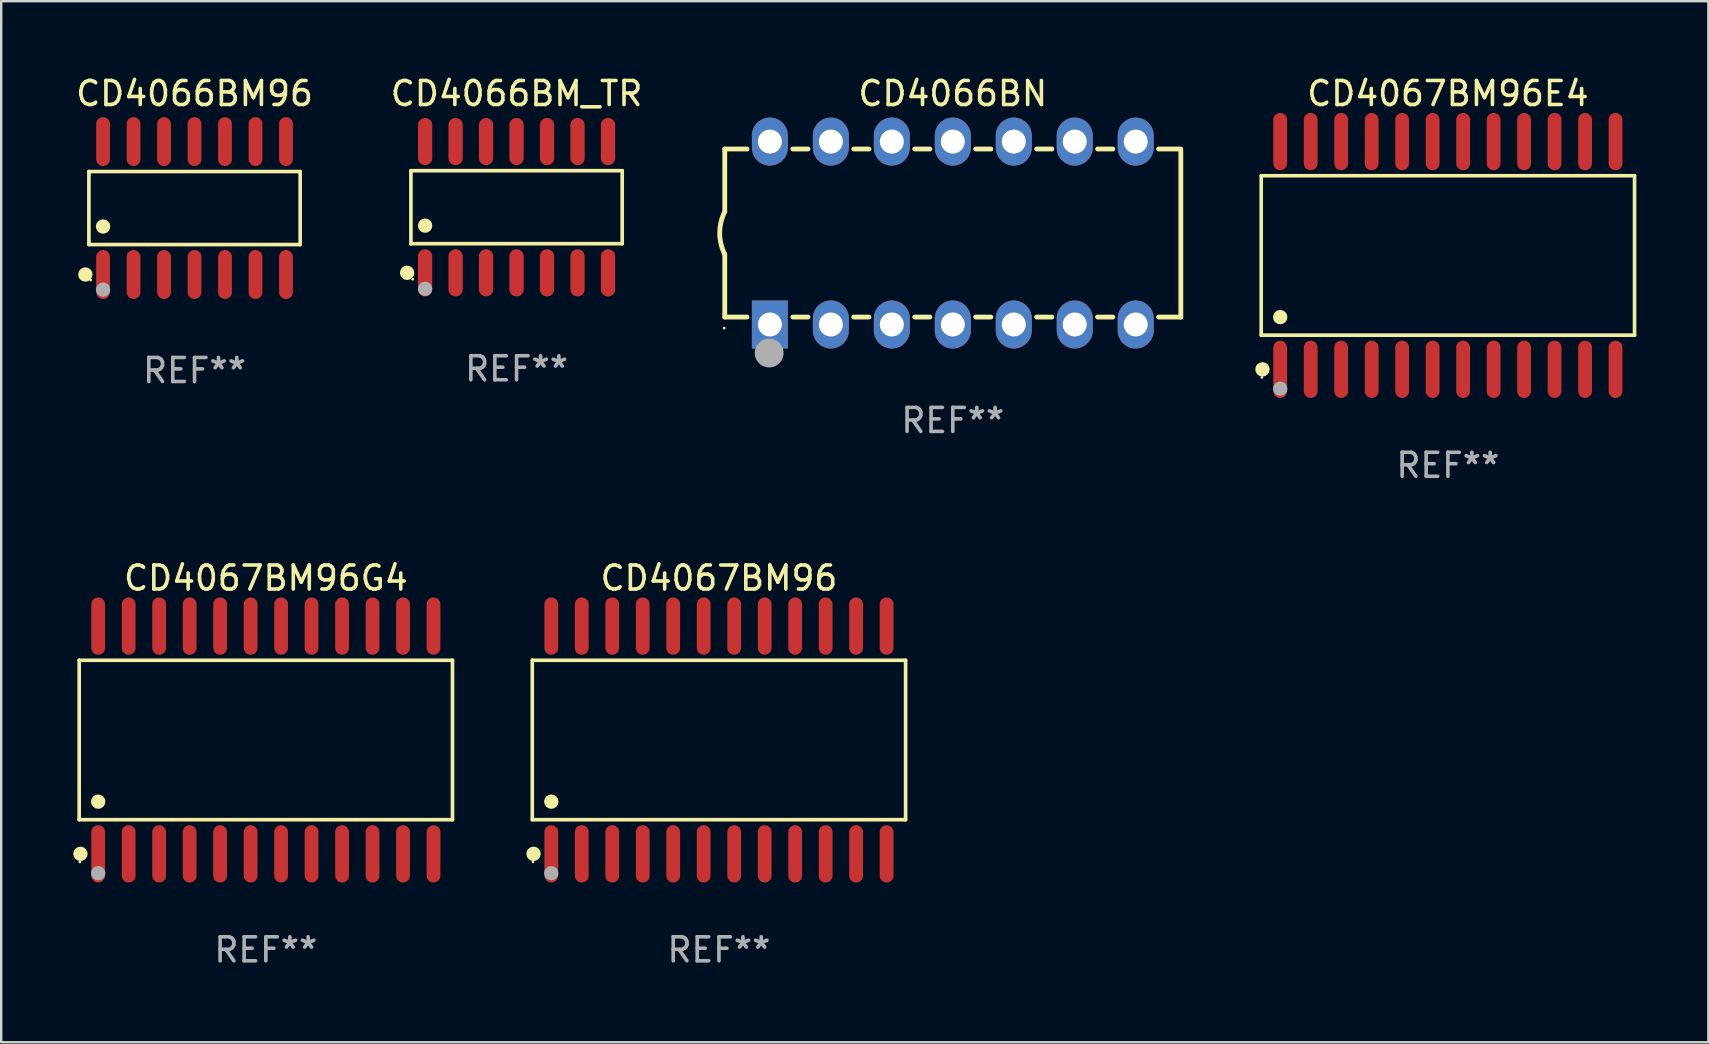
<source format=kicad_pcb>
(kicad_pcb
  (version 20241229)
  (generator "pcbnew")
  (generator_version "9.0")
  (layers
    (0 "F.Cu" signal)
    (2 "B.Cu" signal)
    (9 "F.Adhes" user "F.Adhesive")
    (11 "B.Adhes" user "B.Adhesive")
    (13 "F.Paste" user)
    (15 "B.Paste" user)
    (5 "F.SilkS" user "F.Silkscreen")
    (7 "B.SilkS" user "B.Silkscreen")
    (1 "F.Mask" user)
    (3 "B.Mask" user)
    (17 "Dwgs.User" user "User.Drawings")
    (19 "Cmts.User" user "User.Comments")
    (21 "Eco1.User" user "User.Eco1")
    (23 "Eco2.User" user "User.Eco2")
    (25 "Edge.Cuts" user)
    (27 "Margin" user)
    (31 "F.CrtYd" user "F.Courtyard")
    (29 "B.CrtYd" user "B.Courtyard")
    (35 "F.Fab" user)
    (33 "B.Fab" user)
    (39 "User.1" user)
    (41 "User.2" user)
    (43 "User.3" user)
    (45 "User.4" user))
  (footprint "CD4067BM96E4"
    (layer "F.Cu")
    (at 57.268 7.592)
    (property "Reference" "CD4067BM96E4" (at 0 -6.744 0) (layer "F.SilkS") (effects (font (size 1 1) (thickness 0.15))))
    (attr through_hole)
    (fp_line (start -7.776 -3.321) (end 7.776 -3.321) (stroke (width 0.152) (type solid)) (layer "F.SilkS"))
    (fp_line (start -7.776 3.321) (end -7.776 -3.321) (stroke (width 0.152) (type solid)) (layer "F.SilkS"))
    (fp_line (start 7.776 -3.321) (end 7.776 3.321) (stroke (width 0.152) (type solid)) (layer "F.SilkS"))
    (fp_line (start 7.776 3.321) (end -7.776 3.321) (stroke (width 0.152) (type solid)) (layer "F.SilkS"))
    (fp_circle (center -7.747 5.08) (end -7.717 5.08) (stroke (width 0.06) (type solid)) (fill no) (layer "F.SilkS"))
    (fp_circle (center -7.724 4.744) (end -7.574 4.744) (stroke (width 0.3) (type solid)) (fill no) (layer "F.SilkS"))
    (fp_circle (center -6.985 2.569) (end -6.835 2.569) (stroke (width 0.3) (type solid)) (fill no) (layer "F.SilkS"))
    (fp_circle (center -6.985 5.55) (end -6.835 5.55) (stroke (width 0.3) (type solid)) (fill no) (layer "F.Fab"))
    (fp_text user "REF**" (at 0 8.744 0) (layer "F.Fab") (effects (font (size 1 1) (thickness 0.15))))
    (pad "1" smd oval (at -6.985 4.744) (size 0.574 2.388) (layers "F.Cu" "F.Mask" "F.Paste"))
    (pad "2" smd oval (at -5.715 4.744) (size 0.574 2.388) (layers "F.Cu" "F.Mask" "F.Paste"))
    (pad "3" smd oval (at -4.445 4.744) (size 0.574 2.388) (layers "F.Cu" "F.Mask" "F.Paste"))
    (pad "4" smd oval (at -3.175 4.744) (size 0.574 2.388) (layers "F.Cu" "F.Mask" "F.Paste"))
    (pad "5" smd oval (at -1.905 4.744) (size 0.574 2.388) (layers "F.Cu" "F.Mask" "F.Paste"))
    (pad "6" smd oval (at -0.635 4.744) (size 0.574 2.388) (layers "F.Cu" "F.Mask" "F.Paste"))
    (pad "7" smd oval (at 0.635 4.744) (size 0.574 2.388) (layers "F.Cu" "F.Mask" "F.Paste"))
    (pad "8" smd oval (at 1.905 4.744) (size 0.574 2.388) (layers "F.Cu" "F.Mask" "F.Paste"))
    (pad "9" smd oval (at 3.175 4.744) (size 0.574 2.388) (layers "F.Cu" "F.Mask" "F.Paste"))
    (pad "10" smd oval (at 4.445 4.744) (size 0.574 2.388) (layers "F.Cu" "F.Mask" "F.Paste"))
    (pad "11" smd oval (at 5.715 4.744) (size 0.574 2.388) (layers "F.Cu" "F.Mask" "F.Paste"))
    (pad "12" smd oval (at 6.985 4.744) (size 0.574 2.388) (layers "F.Cu" "F.Mask" "F.Paste"))
    (pad "13" smd oval (at 6.985 -4.744) (size 0.574 2.388) (layers "F.Cu" "F.Mask" "F.Paste"))
    (pad "14" smd oval (at 5.715 -4.744) (size 0.574 2.388) (layers "F.Cu" "F.Mask" "F.Paste"))
    (pad "15" smd oval (at 4.445 -4.744) (size 0.574 2.388) (layers "F.Cu" "F.Mask" "F.Paste"))
    (pad "16" smd oval (at 3.175 -4.744) (size 0.574 2.388) (layers "F.Cu" "F.Mask" "F.Paste"))
    (pad "17" smd oval (at 1.905 -4.744) (size 0.574 2.388) (layers "F.Cu" "F.Mask" "F.Paste"))
    (pad "18" smd oval (at 0.635 -4.744) (size 0.574 2.388) (layers "F.Cu" "F.Mask" "F.Paste"))
    (pad "19" smd oval (at -0.635 -4.744) (size 0.574 2.388) (layers "F.Cu" "F.Mask" "F.Paste"))
    (pad "20" smd oval (at -1.905 -4.744) (size 0.574 2.388) (layers "F.Cu" "F.Mask" "F.Paste"))
    (pad "21" smd oval (at -3.175 -4.744) (size 0.574 2.388) (layers "F.Cu" "F.Mask" "F.Paste"))
    (pad "22" smd oval (at -4.445 -4.744) (size 0.574 2.388) (layers "F.Cu" "F.Mask" "F.Paste"))
    (pad "23" smd oval (at -5.715 -4.744) (size 0.574 2.388) (layers "F.Cu" "F.Mask" "F.Paste"))
    (pad "24" smd oval (at -6.985 -4.744) (size 0.574 2.388) (layers "F.Cu" "F.Mask" "F.Paste")))
  (footprint "CD4067BM96G4"
    (layer "F.Cu")
    (at 8.025 27.777)
    (property "Reference" "CD4067BM96G4" (at 0 -6.744 0) (layer "F.SilkS") (effects (font (size 1 1) (thickness 0.15))))
    (attr through_hole)
    (fp_line (start -7.776 -3.321) (end 7.776 -3.321) (stroke (width 0.152) (type solid)) (layer "F.SilkS"))
    (fp_line (start -7.776 3.321) (end -7.776 -3.321) (stroke (width 0.152) (type solid)) (layer "F.SilkS"))
    (fp_line (start 7.776 -3.321) (end 7.776 3.321) (stroke (width 0.152) (type solid)) (layer "F.SilkS"))
    (fp_line (start 7.776 3.321) (end -7.776 3.321) (stroke (width 0.152) (type solid)) (layer "F.SilkS"))
    (fp_circle (center -7.747 5.08) (end -7.717 5.08) (stroke (width 0.06) (type solid)) (fill no) (layer "F.SilkS"))
    (fp_circle (center -7.724 4.744) (end -7.574 4.744) (stroke (width 0.3) (type solid)) (fill no) (layer "F.SilkS"))
    (fp_circle (center -6.985 2.569) (end -6.835 2.569) (stroke (width 0.3) (type solid)) (fill no) (layer "F.SilkS"))
    (fp_circle (center -6.985 5.55) (end -6.835 5.55) (stroke (width 0.3) (type solid)) (fill no) (layer "F.Fab"))
    (fp_text user "REF**" (at 0 8.744 0) (layer "F.Fab") (effects (font (size 1 1) (thickness 0.15))))
    (pad "1" smd oval (at -6.985 4.744) (size 0.574 2.388) (layers "F.Cu" "F.Mask" "F.Paste"))
    (pad "2" smd oval (at -5.715 4.744) (size 0.574 2.388) (layers "F.Cu" "F.Mask" "F.Paste"))
    (pad "3" smd oval (at -4.445 4.744) (size 0.574 2.388) (layers "F.Cu" "F.Mask" "F.Paste"))
    (pad "4" smd oval (at -3.175 4.744) (size 0.574 2.388) (layers "F.Cu" "F.Mask" "F.Paste"))
    (pad "5" smd oval (at -1.905 4.744) (size 0.574 2.388) (layers "F.Cu" "F.Mask" "F.Paste"))
    (pad "6" smd oval (at -0.635 4.744) (size 0.574 2.388) (layers "F.Cu" "F.Mask" "F.Paste"))
    (pad "7" smd oval (at 0.635 4.744) (size 0.574 2.388) (layers "F.Cu" "F.Mask" "F.Paste"))
    (pad "8" smd oval (at 1.905 4.744) (size 0.574 2.388) (layers "F.Cu" "F.Mask" "F.Paste"))
    (pad "9" smd oval (at 3.175 4.744) (size 0.574 2.388) (layers "F.Cu" "F.Mask" "F.Paste"))
    (pad "10" smd oval (at 4.445 4.744) (size 0.574 2.388) (layers "F.Cu" "F.Mask" "F.Paste"))
    (pad "11" smd oval (at 5.715 4.744) (size 0.574 2.388) (layers "F.Cu" "F.Mask" "F.Paste"))
    (pad "12" smd oval (at 6.985 4.744) (size 0.574 2.388) (layers "F.Cu" "F.Mask" "F.Paste"))
    (pad "13" smd oval (at 6.985 -4.744) (size 0.574 2.388) (layers "F.Cu" "F.Mask" "F.Paste"))
    (pad "14" smd oval (at 5.715 -4.744) (size 0.574 2.388) (layers "F.Cu" "F.Mask" "F.Paste"))
    (pad "15" smd oval (at 4.445 -4.744) (size 0.574 2.388) (layers "F.Cu" "F.Mask" "F.Paste"))
    (pad "16" smd oval (at 3.175 -4.744) (size 0.574 2.388) (layers "F.Cu" "F.Mask" "F.Paste"))
    (pad "17" smd oval (at 1.905 -4.744) (size 0.574 2.388) (layers "F.Cu" "F.Mask" "F.Paste"))
    (pad "18" smd oval (at 0.635 -4.744) (size 0.574 2.388) (layers "F.Cu" "F.Mask" "F.Paste"))
    (pad "19" smd oval (at -0.635 -4.744) (size 0.574 2.388) (layers "F.Cu" "F.Mask" "F.Paste"))
    (pad "20" smd oval (at -1.905 -4.744) (size 0.574 2.388) (layers "F.Cu" "F.Mask" "F.Paste"))
    (pad "21" smd oval (at -3.175 -4.744) (size 0.574 2.388) (layers "F.Cu" "F.Mask" "F.Paste"))
    (pad "22" smd oval (at -4.445 -4.744) (size 0.574 2.388) (layers "F.Cu" "F.Mask" "F.Paste"))
    (pad "23" smd oval (at -5.715 -4.744) (size 0.574 2.388) (layers "F.Cu" "F.Mask" "F.Paste"))
    (pad "24" smd oval (at -6.985 -4.744) (size 0.574 2.388) (layers "F.Cu" "F.Mask" "F.Paste")))
  (footprint "CD4066BM_TR"
    (layer "F.Cu")
    (at 18.47 5.582)
    (property "Reference" "CD4066BM_TR" (at 0 -4.734 0) (layer "F.SilkS") (effects (font (size 1 1) (thickness 0.15))))
    (attr through_hole)
    (fp_line (start -4.401 -1.521) (end 4.401 -1.521) (stroke (width 0.152) (type solid)) (layer "F.SilkS"))
    (fp_line (start -4.401 1.521) (end -4.401 -1.521) (stroke (width 0.152) (type solid)) (layer "F.SilkS"))
    (fp_line (start 4.401 -1.521) (end 4.401 1.521) (stroke (width 0.152) (type solid)) (layer "F.SilkS"))
    (fp_line (start 4.401 1.521) (end -4.401 1.521) (stroke (width 0.152) (type solid)) (layer "F.SilkS"))
    (fp_circle (center -4.56 2.734) (end -4.41 2.734) (stroke (width 0.3) (type solid)) (fill no) (layer "F.SilkS"))
    (fp_circle (center -4.325 3) (end -4.295 3) (stroke (width 0.06) (type solid)) (fill no) (layer "F.SilkS"))
    (fp_circle (center -3.81 0.769) (end -3.66 0.769) (stroke (width 0.3) (type solid)) (fill no) (layer "F.SilkS"))
    (fp_circle (center -3.81 3.4) (end -3.66 3.4) (stroke (width 0.3) (type solid)) (fill no) (layer "F.Fab"))
    (fp_text user "REF**" (at 0 6.734 0) (layer "F.Fab") (effects (font (size 1 1) (thickness 0.15))))
    (pad "1" smd oval (at -3.81 2.734) (size 0.595 1.968) (layers "F.Cu" "F.Mask" "F.Paste"))
    (pad "2" smd oval (at -2.54 2.734) (size 0.595 1.968) (layers "F.Cu" "F.Mask" "F.Paste"))
    (pad "3" smd oval (at -1.27 2.734) (size 0.595 1.968) (layers "F.Cu" "F.Mask" "F.Paste"))
    (pad "4" smd oval (at 0 2.734) (size 0.595 1.968) (layers "F.Cu" "F.Mask" "F.Paste"))
    (pad "5" smd oval (at 1.27 2.734) (size 0.595 1.968) (layers "F.Cu" "F.Mask" "F.Paste"))
    (pad "6" smd oval (at 2.54 2.734) (size 0.595 1.968) (layers "F.Cu" "F.Mask" "F.Paste"))
    (pad "7" smd oval (at 3.81 2.734) (size 0.595 1.968) (layers "F.Cu" "F.Mask" "F.Paste"))
    (pad "8" smd oval (at 3.81 -2.734) (size 0.595 1.968) (layers "F.Cu" "F.Mask" "F.Paste"))
    (pad "9" smd oval (at 2.54 -2.734) (size 0.595 1.968) (layers "F.Cu" "F.Mask" "F.Paste"))
    (pad "10" smd oval (at 1.27 -2.734) (size 0.595 1.968) (layers "F.Cu" "F.Mask" "F.Paste"))
    (pad "11" smd oval (at 0 -2.734) (size 0.595 1.968) (layers "F.Cu" "F.Mask" "F.Paste"))
    (pad "12" smd oval (at -1.27 -2.734) (size 0.595 1.968) (layers "F.Cu" "F.Mask" "F.Paste"))
    (pad "13" smd oval (at -2.54 -2.734) (size 0.595 1.968) (layers "F.Cu" "F.Mask" "F.Paste"))
    (pad "14" smd oval (at -3.81 -2.734) (size 0.595 1.968) (layers "F.Cu" "F.Mask" "F.Paste")))
  (footprint "CD4066BM96"
    (layer "F.Cu")
    (at 5.054 5.617)
    (property "Reference" "CD4066BM96" (at 0 -4.769 0) (layer "F.SilkS") (effects (font (size 1 1) (thickness 0.15))))
    (attr through_hole)
    (fp_line (start -4.401 -1.521) (end 4.401 -1.521) (stroke (width 0.152) (type solid)) (layer "F.SilkS"))
    (fp_line (start -4.401 1.521) (end -4.401 -1.521) (stroke (width 0.152) (type solid)) (layer "F.SilkS"))
    (fp_line (start 4.401 -1.521) (end 4.401 1.521) (stroke (width 0.152) (type solid)) (layer "F.SilkS"))
    (fp_line (start 4.401 1.521) (end -4.401 1.521) (stroke (width 0.152) (type solid)) (layer "F.SilkS"))
    (fp_circle (center -4.549 2.769) (end -4.399 2.769) (stroke (width 0.3) (type solid)) (fill no) (layer "F.SilkS"))
    (fp_circle (center -4.325 3) (end -4.295 3) (stroke (width 0.06) (type solid)) (fill no) (layer "F.SilkS"))
    (fp_circle (center -3.81 0.769) (end -3.66 0.769) (stroke (width 0.3) (type solid)) (fill no) (layer "F.SilkS"))
    (fp_circle (center -3.81 3.4) (end -3.66 3.4) (stroke (width 0.3) (type solid)) (fill no) (layer "F.Fab"))
    (fp_text user "REF**" (at 0 6.769 0) (layer "F.Fab") (effects (font (size 1 1) (thickness 0.15))))
    (pad "1" smd oval (at -3.81 2.769) (size 0.574 2.038) (layers "F.Cu" "F.Mask" "F.Paste"))
    (pad "2" smd oval (at -2.54 2.769) (size 0.574 2.038) (layers "F.Cu" "F.Mask" "F.Paste"))
    (pad "3" smd oval (at -1.27 2.769) (size 0.574 2.038) (layers "F.Cu" "F.Mask" "F.Paste"))
    (pad "4" smd oval (at 0 2.769) (size 0.574 2.038) (layers "F.Cu" "F.Mask" "F.Paste"))
    (pad "5" smd oval (at 1.27 2.769) (size 0.574 2.038) (layers "F.Cu" "F.Mask" "F.Paste"))
    (pad "6" smd oval (at 2.54 2.769) (size 0.574 2.038) (layers "F.Cu" "F.Mask" "F.Paste"))
    (pad "7" smd oval (at 3.81 2.769) (size 0.574 2.038) (layers "F.Cu" "F.Mask" "F.Paste"))
    (pad "8" smd oval (at 3.81 -2.769) (size 0.574 2.038) (layers "F.Cu" "F.Mask" "F.Paste"))
    (pad "9" smd oval (at 2.54 -2.769) (size 0.574 2.038) (layers "F.Cu" "F.Mask" "F.Paste"))
    (pad "10" smd oval (at 1.27 -2.769) (size 0.574 2.038) (layers "F.Cu" "F.Mask" "F.Paste"))
    (pad "11" smd oval (at 0 -2.769) (size 0.574 2.038) (layers "F.Cu" "F.Mask" "F.Paste"))
    (pad "12" smd oval (at -1.27 -2.769) (size 0.574 2.038) (layers "F.Cu" "F.Mask" "F.Paste"))
    (pad "13" smd oval (at -2.54 -2.769) (size 0.574 2.038) (layers "F.Cu" "F.Mask" "F.Paste"))
    (pad "14" smd oval (at -3.81 -2.769) (size 0.574 2.038) (layers "F.Cu" "F.Mask" "F.Paste")))
  (footprint "CD4066BN"
    (layer "F.Cu")
    (at 36.643 6.658)
    (property "Reference" "CD4066BN" (at 0 -5.81 0) (layer "F.SilkS") (effects (font (size 1 1) (thickness 0.15))))
    (attr through_hole)
    (fp_line (start -9.5 -3.5) (end -9.5 -0.889) (stroke (width 0.2) (type solid)) (layer "F.SilkS"))
    (fp_line (start -9.5 -3.5) (end -8.572 -3.5) (stroke (width 0.2) (type solid)) (layer "F.SilkS"))
    (fp_line (start -9.5 3.5) (end -9.5 0.889) (stroke (width 0.2) (type solid)) (layer "F.SilkS"))
    (fp_line (start -9.5 3.5) (end -8.574 3.5) (stroke (width 0.2) (type solid)) (layer "F.SilkS"))
    (fp_line (start -6.668 -3.5) (end -6.032 -3.5) (stroke (width 0.2) (type solid)) (layer "F.SilkS"))
    (fp_line (start -6.666 3.5) (end -6.032 3.5) (stroke (width 0.2) (type solid)) (layer "F.SilkS"))
    (fp_line (start -4.128 -3.5) (end -3.492 -3.5) (stroke (width 0.2) (type solid)) (layer "F.SilkS"))
    (fp_line (start -4.128 3.5) (end -3.492 3.5) (stroke (width 0.2) (type solid)) (layer "F.SilkS"))
    (fp_line (start -1.588 -3.5) (end -0.952 -3.5) (stroke (width 0.2) (type solid)) (layer "F.SilkS"))
    (fp_line (start -1.588 3.5) (end -0.952 3.5) (stroke (width 0.2) (type solid)) (layer "F.SilkS"))
    (fp_line (start 0.952 -3.5) (end 1.588 -3.5) (stroke (width 0.2) (type solid)) (layer "F.SilkS"))
    (fp_line (start 0.952 3.5) (end 1.588 3.5) (stroke (width 0.2) (type solid)) (layer "F.SilkS"))
    (fp_line (start 3.492 -3.5) (end 4.128 -3.5) (stroke (width 0.2) (type solid)) (layer "F.SilkS"))
    (fp_line (start 3.492 3.5) (end 4.128 3.5) (stroke (width 0.2) (type solid)) (layer "F.SilkS"))
    (fp_line (start 6.032 -3.5) (end 6.668 -3.5) (stroke (width 0.2) (type solid)) (layer "F.SilkS"))
    (fp_line (start 6.032 3.5) (end 6.668 3.5) (stroke (width 0.2) (type solid)) (layer "F.SilkS"))
    (fp_line (start 8.572 -3.5) (end 9.5 -3.5) (stroke (width 0.2) (type solid)) (layer "F.SilkS"))
    (fp_line (start 8.572 3.5) (end 9.5 3.5) (stroke (width 0.2) (type solid)) (layer "F.SilkS"))
    (fp_line (start 9.5 3.5) (end 9.5 -3.429) (stroke (width 0.2) (type solid)) (layer "F.SilkS"))
    (fp_arc (start -9.499619 0.889001) (mid -9.709623 0.000047) (end -9.500025 -0.889002) (stroke (width 0.2) (type solid)) (layer "F.SilkS"))
    (fp_circle (center -9.525 3.96) (end -9.495 3.96) (stroke (width 0.06) (type solid)) (fill no) (layer "F.SilkS"))
    (fp_circle (center -7.65 5) (end -7.35 5) (stroke (width 0.6) (type solid)) (fill no) (layer "F.Fab"))
    (fp_text user "REF**" (at 0 7.81 0) (layer "F.Fab") (effects (font (size 1 1) (thickness 0.15))))
    (pad "1" thru_hole rect (at -7.62 3.81 90) (size 2 1.5) (drill 1) (layers "*.Cu" "*.Mask"))
    (pad "2" thru_hole oval (at -5.08 3.81 90) (size 2 1.5) (drill 1) (layers "*.Cu" "*.Mask"))
    (pad "3" thru_hole oval (at -2.54 3.81 90) (size 2 1.5) (drill 1) (layers "*.Cu" "*.Mask"))
    (pad "4" thru_hole oval (at 0 3.81 90) (size 2 1.5) (drill 1) (layers "*.Cu" "*.Mask"))
    (pad "5" thru_hole oval (at 2.54 3.81 90) (size 2 1.5) (drill 1) (layers "*.Cu" "*.Mask"))
    (pad "6" thru_hole oval (at 5.08 3.81 90) (size 2 1.5) (drill 1) (layers "*.Cu" "*.Mask"))
    (pad "7" thru_hole oval (at 7.62 3.81 90) (size 2 1.5) (drill 1) (layers "*.Cu" "*.Mask"))
    (pad "8" thru_hole oval (at 7.62 -3.81 90) (size 2 1.5) (drill 1) (layers "*.Cu" "*.Mask"))
    (pad "9" thru_hole oval (at 5.08 -3.81 90) (size 2 1.5) (drill 1) (layers "*.Cu" "*.Mask"))
    (pad "10" thru_hole oval (at 2.54 -3.81 90) (size 2 1.5) (drill 1) (layers "*.Cu" "*.Mask"))
    (pad "11" thru_hole oval (at 0 -3.81 90) (size 2 1.5) (drill 1) (layers "*.Cu" "*.Mask"))
    (pad "12" thru_hole oval (at -2.54 -3.81 90) (size 2 1.5) (drill 1) (layers "*.Cu" "*.Mask"))
    (pad "13" thru_hole oval (at -5.08 -3.81 90) (size 2 1.5) (drill 1) (layers "*.Cu" "*.Mask"))
    (pad "14" thru_hole oval (at -7.62 -3.81 90) (size 2 1.5) (drill 1) (layers "*.Cu" "*.Mask")))
  (footprint "CD4067BM96"
    (layer "F.Cu")
    (at 26.901 27.777)
    (property "Reference" "CD4067BM96" (at 0 -6.744 0) (layer "F.SilkS") (effects (font (size 1 1) (thickness 0.15))))
    (attr through_hole)
    (fp_line (start -7.776 -3.321) (end 7.776 -3.321) (stroke (width 0.152) (type solid)) (layer "F.SilkS"))
    (fp_line (start -7.776 3.321) (end -7.776 -3.321) (stroke (width 0.152) (type solid)) (layer "F.SilkS"))
    (fp_line (start 7.776 -3.321) (end 7.776 3.321) (stroke (width 0.152) (type solid)) (layer "F.SilkS"))
    (fp_line (start 7.776 3.321) (end -7.776 3.321) (stroke (width 0.152) (type solid)) (layer "F.SilkS"))
    (fp_circle (center -7.747 5.08) (end -7.717 5.08) (stroke (width 0.06) (type solid)) (fill no) (layer "F.SilkS"))
    (fp_circle (center -7.724 4.744) (end -7.574 4.744) (stroke (width 0.3) (type solid)) (fill no) (layer "F.SilkS"))
    (fp_circle (center -6.985 2.569) (end -6.835 2.569) (stroke (width 0.3) (type solid)) (fill no) (layer "F.SilkS"))
    (fp_circle (center -6.985 5.55) (end -6.835 5.55) (stroke (width 0.3) (type solid)) (fill no) (layer "F.Fab"))
    (fp_text user "REF**" (at 0 8.744 0) (layer "F.Fab") (effects (font (size 1 1) (thickness 0.15))))
    (pad "1" smd oval (at -6.985 4.744) (size 0.574 2.388) (layers "F.Cu" "F.Mask" "F.Paste"))
    (pad "2" smd oval (at -5.715 4.744) (size 0.574 2.388) (layers "F.Cu" "F.Mask" "F.Paste"))
    (pad "3" smd oval (at -4.445 4.744) (size 0.574 2.388) (layers "F.Cu" "F.Mask" "F.Paste"))
    (pad "4" smd oval (at -3.175 4.744) (size 0.574 2.388) (layers "F.Cu" "F.Mask" "F.Paste"))
    (pad "5" smd oval (at -1.905 4.744) (size 0.574 2.388) (layers "F.Cu" "F.Mask" "F.Paste"))
    (pad "6" smd oval (at -0.635 4.744) (size 0.574 2.388) (layers "F.Cu" "F.Mask" "F.Paste"))
    (pad "7" smd oval (at 0.635 4.744) (size 0.574 2.388) (layers "F.Cu" "F.Mask" "F.Paste"))
    (pad "8" smd oval (at 1.905 4.744) (size 0.574 2.388) (layers "F.Cu" "F.Mask" "F.Paste"))
    (pad "9" smd oval (at 3.175 4.744) (size 0.574 2.388) (layers "F.Cu" "F.Mask" "F.Paste"))
    (pad "10" smd oval (at 4.445 4.744) (size 0.574 2.388) (layers "F.Cu" "F.Mask" "F.Paste"))
    (pad "11" smd oval (at 5.715 4.744) (size 0.574 2.388) (layers "F.Cu" "F.Mask" "F.Paste"))
    (pad "12" smd oval (at 6.985 4.744) (size 0.574 2.388) (layers "F.Cu" "F.Mask" "F.Paste"))
    (pad "13" smd oval (at 6.985 -4.744) (size 0.574 2.388) (layers "F.Cu" "F.Mask" "F.Paste"))
    (pad "14" smd oval (at 5.715 -4.744) (size 0.574 2.388) (layers "F.Cu" "F.Mask" "F.Paste"))
    (pad "15" smd oval (at 4.445 -4.744) (size 0.574 2.388) (layers "F.Cu" "F.Mask" "F.Paste"))
    (pad "16" smd oval (at 3.175 -4.744) (size 0.574 2.388) (layers "F.Cu" "F.Mask" "F.Paste"))
    (pad "17" smd oval (at 1.905 -4.744) (size 0.574 2.388) (layers "F.Cu" "F.Mask" "F.Paste"))
    (pad "18" smd oval (at 0.635 -4.744) (size 0.574 2.388) (layers "F.Cu" "F.Mask" "F.Paste"))
    (pad "19" smd oval (at -0.635 -4.744) (size 0.574 2.388) (layers "F.Cu" "F.Mask" "F.Paste"))
    (pad "20" smd oval (at -1.905 -4.744) (size 0.574 2.388) (layers "F.Cu" "F.Mask" "F.Paste"))
    (pad "21" smd oval (at -3.175 -4.744) (size 0.574 2.388) (layers "F.Cu" "F.Mask" "F.Paste"))
    (pad "22" smd oval (at -4.445 -4.744) (size 0.574 2.388) (layers "F.Cu" "F.Mask" "F.Paste"))
    (pad "23" smd oval (at -5.715 -4.744) (size 0.574 2.388) (layers "F.Cu" "F.Mask" "F.Paste"))
    (pad "24" smd oval (at -6.985 -4.744) (size 0.574 2.388) (layers "F.Cu" "F.Mask" "F.Paste")))
  (gr_rect
    (start -3 -3)
    (end 68.12 40.369)
    (stroke (width 0.1) (type default))
    (fill no)
    (layer "Edge.Cuts")))
</source>
